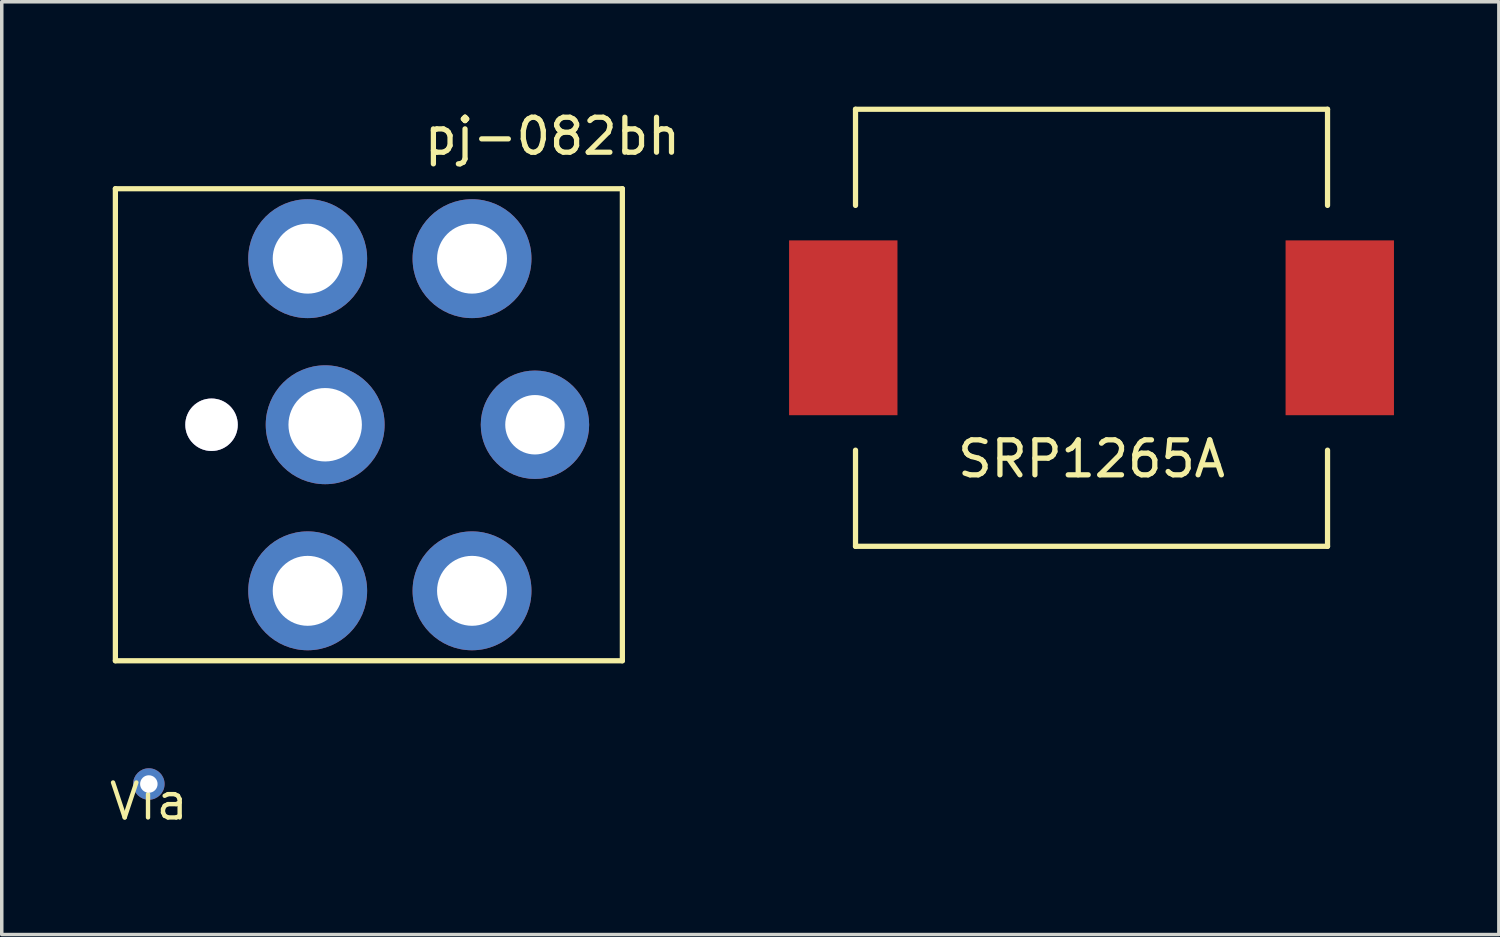
<source format=kicad_pcb>
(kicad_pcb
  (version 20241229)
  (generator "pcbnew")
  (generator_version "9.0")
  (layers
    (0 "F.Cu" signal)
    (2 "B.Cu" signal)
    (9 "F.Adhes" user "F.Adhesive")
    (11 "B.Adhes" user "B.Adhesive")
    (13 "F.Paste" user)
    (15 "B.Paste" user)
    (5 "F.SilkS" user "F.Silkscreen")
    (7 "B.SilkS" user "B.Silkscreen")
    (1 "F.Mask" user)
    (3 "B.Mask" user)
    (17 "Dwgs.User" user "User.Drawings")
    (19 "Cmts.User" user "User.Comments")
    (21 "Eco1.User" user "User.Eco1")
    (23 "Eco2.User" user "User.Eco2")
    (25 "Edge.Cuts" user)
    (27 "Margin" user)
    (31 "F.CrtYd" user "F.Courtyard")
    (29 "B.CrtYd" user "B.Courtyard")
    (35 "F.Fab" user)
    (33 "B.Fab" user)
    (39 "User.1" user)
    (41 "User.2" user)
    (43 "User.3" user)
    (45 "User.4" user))
  (footprint "pj-082bh"
    (layer "F.Cu")
    (at 0.25 9.098)
    (property "Reference" "pj-082bh" (at 12.5 -8.25 0) (layer "F.SilkS") (effects (font (size 1 1) (thickness 0.15))))
    (attr through_hole)
    (fp_line (start 0 -6.75) (end 14.5 -6.75) (stroke (width 0.15) (type solid)) (layer "F.SilkS"))
    (fp_line (start 0 6.75) (end 0 -6.75) (stroke (width 0.15) (type solid)) (layer "F.SilkS"))
    (fp_line (start 14.5 -6.75) (end 14.5 6.75) (stroke (width 0.15) (type solid)) (layer "F.SilkS"))
    (fp_line (start 14.5 6.75) (end 0 6.75) (stroke (width 0.15) (type solid)) (layer "F.SilkS"))
    (pad "" thru_hole circle (at 2.75 0) (size 1.5 1.5) (drill 1.5) (layers "*.Cu" "*.Mask"))
    (pad "1" thru_hole circle (at 12 0) (size 3.1 3.1) (drill 1.7) (layers "*.Cu" "*.Mask"))
    (pad "2" thru_hole circle (at 6 0) (size 3.4 3.4) (drill 2.1) (layers "*.Cu" "*.Mask"))
    (pad "3" thru_hole circle (at 5.5 -4.75) (size 3.4 3.4) (drill 2) (layers "*.Cu" "*.Mask"))
    (pad "3" thru_hole circle (at 5.5 4.75) (size 3.4 3.4) (drill 2) (layers "*.Cu" "*.Mask"))
    (pad "3" thru_hole circle (at 10.2 -4.75) (size 3.4 3.4) (drill 2) (layers "*.Cu" "*.Mask"))
    (pad "3" thru_hole circle (at 10.2 4.75) (size 3.4 3.4) (drill 2) (layers "*.Cu" "*.Mask")))
  (footprint "Via"
    (layer "F.Cu")
    (at 1.207 19.373)
    (property "Reference" "Via" (at 0 0.5 0) (layer "F.SilkS") (effects (font (size 1 1) (thickness 0.000001))))
    (attr through_hole)
    (pad "1" thru_hole circle (at 0 0) (size 0.9 0.9) (drill 0.5) (layers "*.Cu")))
  (footprint "SRP1265A"
    (layer "F.Cu")
    (at 28.168 6.325)
    (property "Reference" "SRP1265A" (at 0 3.75 0) (layer "F.SilkS") (effects (font (size 1 1) (thickness 0.15))))
    (attr through_hole)
    (fp_line (start -6.75 -6.25) (end 6.75 -6.25) (stroke (width 0.15) (type solid)) (layer "F.SilkS"))
    (fp_line (start -6.75 -3.5) (end -6.75 -6.25) (stroke (width 0.15) (type solid)) (layer "F.SilkS"))
    (fp_line (start -6.75 6.25) (end -6.75 3.5) (stroke (width 0.15) (type solid)) (layer "F.SilkS"))
    (fp_line (start -6.75 6.25) (end 6.75 6.25) (stroke (width 0.15) (type solid)) (layer "F.SilkS"))
    (fp_line (start 6.75 -3.5) (end 6.75 -6.25) (stroke (width 0.15) (type solid)) (layer "F.SilkS"))
    (fp_line (start 6.75 6.25) (end 6.75 3.5) (stroke (width 0.15) (type solid)) (layer "F.SilkS"))
    (pad "1" smd rect (at -7.1 0) (size 3.1 5) (layers "F.Cu" "F.Mask" "F.Paste"))
    (pad "2" smd rect (at 7.1 0) (size 3.1 5) (layers "F.Cu" "F.Mask" "F.Paste")))
  (gr_rect
    (start -3 -3)
    (end 39.818 23.678)
    (stroke (width 0.1) (type default))
    (fill no)
    (layer "Edge.Cuts")))
</source>
